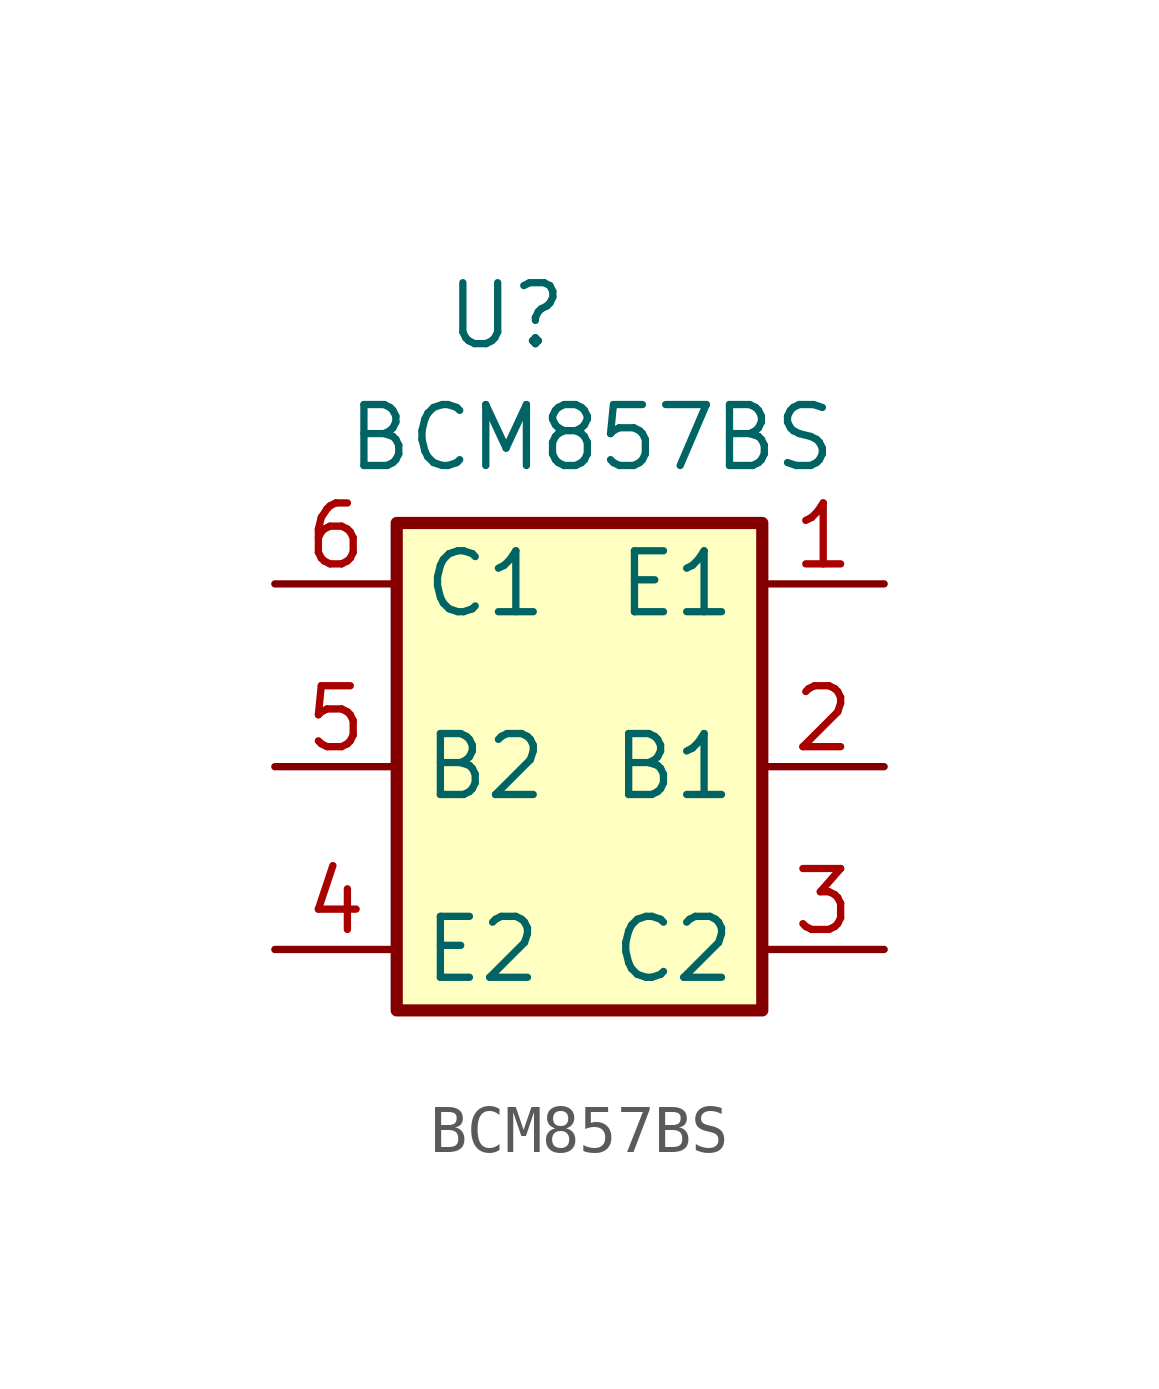
<source format=kicad_sym>
(kicad_symbol_lib
  (version 20231120)
  (generator "kicad_symbol_editor")
  (generator_version "8.0")
  (symbol "BCM857BS"
    (property "Reference" "U"
      (at -1.524 9.398 0)
      (effects (font (size 1.27 1.27))))
    (property "Value" "BCM857BS"
      (at 0.254 6.858 0)
      (effects (font (size 1.27 1.27))))
    (symbol "BCM857BS_0_1"
      (rectangle (start -3.81 5.08) (end 3.81 -5.08) (stroke (width 0.254) (type default)) (fill (type background))))
    (symbol "BCM857BS_1_1"
      (pin output line (at 6.35 3.81 180) (length 2.54) (name "E1" (effects (font (size 1.27 1.27)))) (number "1" (effects (font (size 1.27 1.27)))))
      (pin input line (at 6.35 0 180) (length 2.54) (name "B1" (effects (font (size 1.27 1.27)))) (number "2" (effects (font (size 1.27 1.27)))))
      (pin input line (at 6.35 -3.81 180) (length 2.54) (name "C2" (effects (font (size 1.27 1.27)))) (number "3" (effects (font (size 1.27 1.27)))))
      (pin output line (at -6.35 -3.81 0) (length 2.54) (name "E2" (effects (font (size 1.27 1.27)))) (number "4" (effects (font (size 1.27 1.27)))))
      (pin input line (at -6.35 0 0) (length 2.54) (name "B2" (effects (font (size 1.27 1.27)))) (number "5" (effects (font (size 1.27 1.27)))))
      (pin input line (at -6.35 3.81 0) (length 2.54) (name "C1" (effects (font (size 1.27 1.27)))) (number "6" (effects (font (size 1.27 1.27))))))))
</source>
